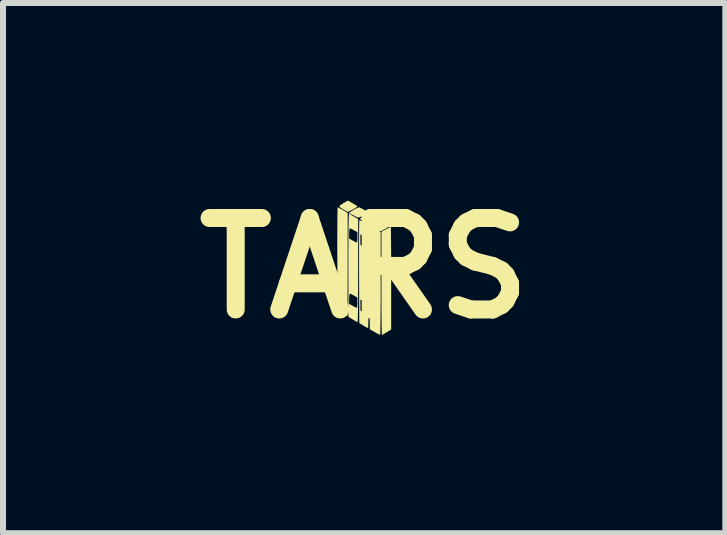
<source format=kicad_pcb>
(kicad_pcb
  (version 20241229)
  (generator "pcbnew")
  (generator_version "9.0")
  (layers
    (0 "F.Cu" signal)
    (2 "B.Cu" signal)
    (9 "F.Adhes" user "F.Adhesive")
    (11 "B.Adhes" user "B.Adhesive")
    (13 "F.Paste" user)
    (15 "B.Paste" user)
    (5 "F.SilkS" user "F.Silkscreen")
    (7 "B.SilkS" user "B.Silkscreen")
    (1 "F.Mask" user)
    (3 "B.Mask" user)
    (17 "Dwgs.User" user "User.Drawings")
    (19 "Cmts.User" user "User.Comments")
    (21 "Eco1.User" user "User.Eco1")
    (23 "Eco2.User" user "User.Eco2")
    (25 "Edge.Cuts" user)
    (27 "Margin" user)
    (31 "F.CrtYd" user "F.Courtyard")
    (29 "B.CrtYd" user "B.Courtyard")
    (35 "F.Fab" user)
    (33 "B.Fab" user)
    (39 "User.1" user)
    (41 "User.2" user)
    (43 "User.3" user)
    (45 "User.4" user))
  (footprint "TARS"
    (layer "F.Cu")
    (at 3.019 1.418)
    (property "Reference" "TARS" (at 0 0 0) (layer "F.SilkS") (effects (font (size 1.524 1.524) (thickness 0.3))))
    (attr board_only exclude_from_pos_files exclude_from_bom)
    (fp_poly (pts (xy -0.193 -1.081) (xy -0.154 -1.058) (xy -0.126 -1.039) (xy -0.113 -1.028) (xy -0.113 -1.028) (xy -0.123 -1.018) (xy -0.148 -1.001) (xy -0.183 -0.981) (xy -0.219 -0.961) (xy -0.25 -0.946) (xy -0.269 -0.938) (xy -0.271 -0.938) (xy -0.287 -0.944) (xy -0.316 -0.959) (xy -0.341 -0.974) (xy -0.386 -1.001) (xy -0.409 -1.02) (xy -0.411 -1.036) (xy -0.393 -1.053) (xy -0.354 -1.077) (xy -0.35 -1.08) (xy -0.273 -1.126)) (stroke (width 0) (type solid)) (fill yes) (layer "F.SilkS"))
    (fp_poly (pts (xy 0.269 -0.804) (xy 0.301 -0.791) (xy 0.34 -0.773) (xy 0.38 -0.752) (xy 0.413 -0.732) (xy 0.434 -0.716) (xy 0.437 -0.711) (xy 0.428 -0.702) (xy 0.402 -0.685) (xy 0.368 -0.664) (xy 0.332 -0.643) (xy 0.299 -0.625) (xy 0.278 -0.615) (xy 0.273 -0.614) (xy 0.261 -0.621) (xy 0.233 -0.637) (xy 0.195 -0.66) (xy 0.184 -0.666) (xy 0.098 -0.717) (xy 0.165 -0.758) (xy 0.203 -0.782) (xy 0.235 -0.799) (xy 0.251 -0.807)) (stroke (width 0) (type solid)) (fill yes) (layer "F.SilkS"))
    (fp_poly (pts (xy 0.104 -0.907) (xy 0.134 -0.892) (xy 0.169 -0.872) (xy 0.202 -0.85) (xy 0.226 -0.832) (xy 0.234 -0.822) (xy 0.234 -0.821) (xy 0.222 -0.81) (xy 0.194 -0.791) (xy 0.156 -0.769) (xy 0.156 -0.769) (xy 0.081 -0.727) (xy 0.006 -0.771) (xy -0.032 -0.794) (xy -0.06 -0.811) (xy -0.073 -0.819) (xy -0.073 -0.819) (xy -0.065 -0.827) (xy -0.042 -0.843) (xy -0.01 -0.863) (xy 0.025 -0.884) (xy 0.057 -0.901) (xy 0.079 -0.912) (xy 0.085 -0.913)) (stroke (width 0) (type solid)) (fill yes) (layer "F.SilkS"))
    (fp_poly (pts (xy 0.444 -0.676) (xy 0.445 -0.641) (xy 0.446 -0.584) (xy 0.447 -0.509) (xy 0.448 -0.417) (xy 0.449 -0.31) (xy 0.45 -0.191) (xy 0.45 -0.06) (xy 0.45 0.079) (xy 0.45 0.168) (xy 0.45 1.024) (xy 0.377 1.068) (xy 0.339 1.091) (xy 0.31 1.107) (xy 0.295 1.113) (xy 0.295 1.113) (xy 0.294 1.101) (xy 0.293 1.066) (xy 0.292 1.01) (xy 0.291 0.934) (xy 0.29 0.842) (xy 0.289 0.736) (xy 0.288 0.616) (xy 0.288 0.485) (xy 0.288 0.345) (xy 0.288 0.253) (xy 0.288 -0.607) (xy 0.361 -0.647) (xy 0.399 -0.668) (xy 0.429 -0.682) (xy 0.442 -0.688)) (stroke (width 0) (type solid)) (fill yes) (layer "F.SilkS"))
    (fp_poly (pts (xy -0.428 -1.007) (xy -0.398 -0.992) (xy -0.359 -0.97) (xy -0.354 -0.967) (xy -0.275 -0.92) (xy -0.275 -0.06) (xy -0.275 0.084) (xy -0.276 0.221) (xy -0.276 0.348) (xy -0.277 0.463) (xy -0.278 0.565) (xy -0.279 0.651) (xy -0.281 0.719) (xy -0.282 0.768) (xy -0.284 0.795) (xy -0.285 0.8) (xy -0.299 0.793) (xy -0.329 0.777) (xy -0.367 0.754) (xy -0.369 0.752) (xy -0.444 0.706) (xy -0.447 -0.154) (xy -0.448 -0.298) (xy -0.448 -0.434) (xy -0.448 -0.561) (xy -0.447 -0.676) (xy -0.447 -0.778) (xy -0.446 -0.864) (xy -0.445 -0.932) (xy -0.444 -0.981) (xy -0.443 -1.008) (xy -0.442 -1.013)) (stroke (width 0) (type solid)) (fill yes) (layer "F.SilkS"))
    (fp_poly (pts (xy 0.108 -0.694) (xy 0.137 -0.679) (xy 0.177 -0.656) (xy 0.189 -0.65) (xy 0.275 -0.599) (xy 0.275 0.257) (xy 0.275 0.401) (xy 0.275 0.537) (xy 0.274 0.664) (xy 0.273 0.779) (xy 0.272 0.88) (xy 0.271 0.966) (xy 0.27 1.034) (xy 0.268 1.082) (xy 0.267 1.108) (xy 0.266 1.113) (xy 0.251 1.107) (xy 0.221 1.092) (xy 0.182 1.07) (xy 0.175 1.066) (xy 0.094 1.019) (xy 0.091 0.159) (xy 0.09 0.015) (xy 0.09 -0.122) (xy 0.09 -0.248) (xy 0.09 -0.364) (xy 0.091 -0.465) (xy 0.091 -0.551) (xy 0.092 -0.62) (xy 0.093 -0.668) (xy 0.094 -0.695) (xy 0.095 -0.7)) (stroke (width 0) (type solid)) (fill yes) (layer "F.SilkS"))
    (fp_poly (pts (xy -0.067 -0.795) (xy -0.037 -0.78) (xy 0.001 -0.76) (xy 0.075 -0.719) (xy 0.075 0.141) (xy 0.075 0.285) (xy 0.074 0.421) (xy 0.074 0.548) (xy 0.073 0.664) (xy 0.072 0.765) (xy 0.071 0.851) (xy 0.07 0.92) (xy 0.068 0.968) (xy 0.067 0.995) (xy 0.066 1) (xy 0.051 0.994) (xy 0.021 0.978) (xy -0.013 0.958) (xy -0.081 0.917) (xy -0.083 0.524) (xy -0.063 0.524) (xy -0.062 0.615) (xy -0.062 0.707) (xy -0.003 0.74) (xy 0.03 0.759) (xy 0.053 0.771) (xy 0.059 0.775) (xy 0.061 0.764) (xy 0.062 0.734) (xy 0.063 0.691) (xy 0.063 0.684) (xy 0.063 0.592) (xy 0 0.558) (xy -0.063 0.524) (xy -0.083 0.524) (xy -0.085 0.059) (xy -0.085 -0.086) (xy -0.085 -0.222) (xy -0.085 -0.349) (xy -0.085 -0.464) (xy -0.085 -0.564) (xy -0.063 -0.564) (xy -0.063 -0.388) (xy -0.003 -0.35) (xy 0.03 -0.33) (xy 0.053 -0.316) (xy 0.059 -0.313) (xy 0.061 -0.324) (xy 0.062 -0.354) (xy 0.063 -0.397) (xy 0.063 -0.403) (xy 0.063 -0.494) (xy -0.000013 -0.529) (xy -0.063 -0.564) (xy -0.085 -0.564) (xy -0.085 -0.566) (xy -0.084 -0.652) (xy -0.083 -0.72) (xy -0.082 -0.769) (xy -0.081 -0.796) (xy -0.08 -0.8)) (stroke (width 0) (type solid)) (fill yes) (layer "F.SilkS"))
    (fp_poly (pts (xy -0.067 -1.006) (xy -0.034 -0.99) (xy -0.001 -0.97) (xy 0.066 -0.928) (xy 0.014 -0.895) (xy -0.034 -0.865) (xy -0.068 -0.849) (xy -0.096 -0.844) (xy -0.123 -0.85) (xy -0.156 -0.867) (xy -0.169 -0.875) (xy -0.206 -0.894) (xy -0.233 -0.907) (xy -0.245 -0.91) (xy -0.237 -0.902) (xy -0.213 -0.885) (xy -0.177 -0.863) (xy -0.175 -0.862) (xy -0.1 -0.819) (xy -0.1 0.041) (xy -0.1 0.185) (xy -0.101 0.321) (xy -0.101 0.448) (xy -0.102 0.564) (xy -0.103 0.665) (xy -0.104 0.751) (xy -0.105 0.82) (xy -0.107 0.868) (xy -0.108 0.895) (xy -0.109 0.9) (xy -0.124 0.894) (xy -0.153 0.878) (xy -0.191 0.855) (xy -0.263 0.811) (xy -0.263 0.596) (xy -0.25 0.596) (xy -0.191 0.629) (xy -0.156 0.648) (xy -0.13 0.66) (xy -0.122 0.663) (xy -0.117 0.651) (xy -0.114 0.621) (xy -0.113 0.579) (xy -0.113 0.576) (xy -0.113 0.49) (xy -0.17 0.458) (xy -0.205 0.439) (xy -0.231 0.428) (xy -0.239 0.425) (xy -0.245 0.437) (xy -0.249 0.467) (xy -0.25 0.509) (xy -0.25 0.511) (xy -0.25 0.596) (xy -0.263 0.596) (xy -0.263 -0.049) (xy -0.263 -0.217) (xy -0.262 -0.362) (xy -0.262 -0.485) (xy -0.262 -0.492) (xy -0.25 -0.492) (xy -0.191 -0.459) (xy -0.156 -0.44) (xy -0.13 -0.428) (xy -0.122 -0.426) (xy -0.117 -0.437) (xy -0.114 -0.467) (xy -0.113 -0.509) (xy -0.113 -0.512) (xy -0.113 -0.598) (xy -0.17 -0.63) (xy -0.205 -0.649) (xy -0.231 -0.66) (xy -0.239 -0.663) (xy -0.245 -0.651) (xy -0.249 -0.621) (xy -0.25 -0.579) (xy -0.25 -0.577) (xy -0.25 -0.492) (xy -0.262 -0.492) (xy -0.262 -0.589) (xy -0.261 -0.674) (xy -0.26 -0.744) (xy -0.259 -0.799) (xy -0.257 -0.841) (xy -0.255 -0.873) (xy -0.253 -0.895) (xy -0.25 -0.911) (xy -0.246 -0.92) (xy -0.242 -0.926) (xy -0.241 -0.928) (xy -0.213 -0.948) (xy -0.176 -0.971) (xy -0.137 -0.992) (xy -0.104 -1.007) (xy -0.085 -1.013)) (stroke (width 0) (type solid)) (fill yes) (layer "F.SilkS")))
  (gr_rect
    (start -3 -3)
    (end 9.038 5.836)
    (stroke (width 0.1) (type default))
    (fill no)
    (layer "Edge.Cuts")))
</source>
